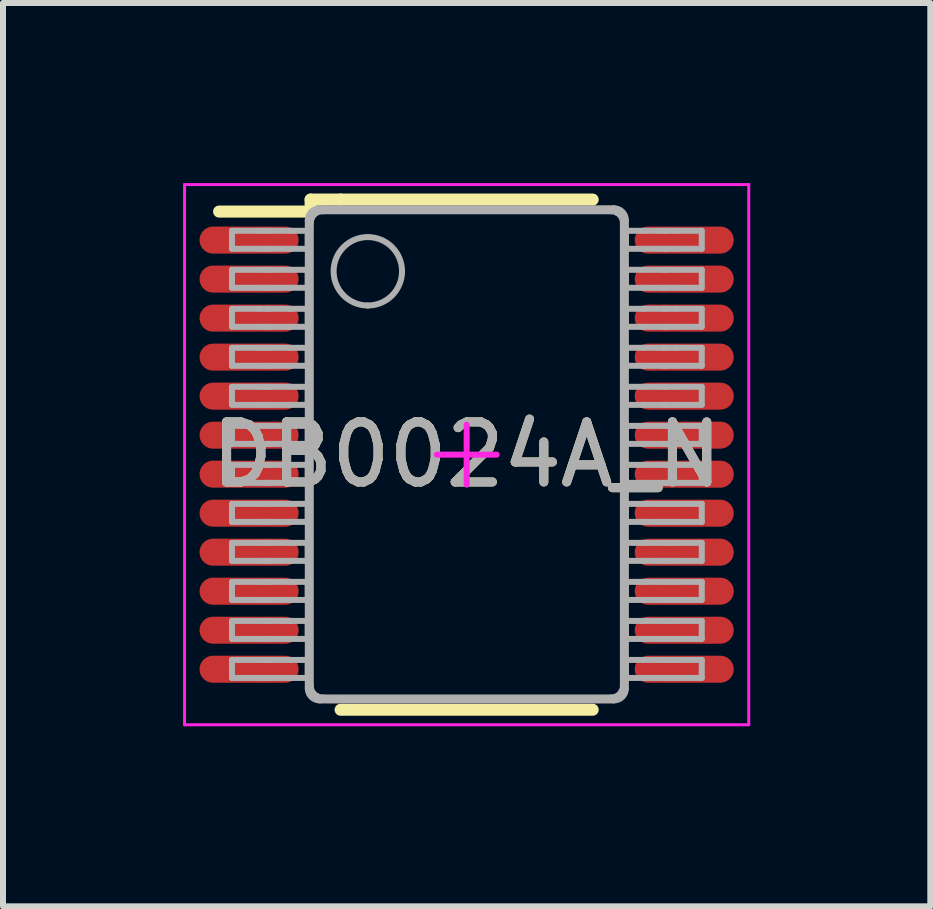
<source format=kicad_pcb>
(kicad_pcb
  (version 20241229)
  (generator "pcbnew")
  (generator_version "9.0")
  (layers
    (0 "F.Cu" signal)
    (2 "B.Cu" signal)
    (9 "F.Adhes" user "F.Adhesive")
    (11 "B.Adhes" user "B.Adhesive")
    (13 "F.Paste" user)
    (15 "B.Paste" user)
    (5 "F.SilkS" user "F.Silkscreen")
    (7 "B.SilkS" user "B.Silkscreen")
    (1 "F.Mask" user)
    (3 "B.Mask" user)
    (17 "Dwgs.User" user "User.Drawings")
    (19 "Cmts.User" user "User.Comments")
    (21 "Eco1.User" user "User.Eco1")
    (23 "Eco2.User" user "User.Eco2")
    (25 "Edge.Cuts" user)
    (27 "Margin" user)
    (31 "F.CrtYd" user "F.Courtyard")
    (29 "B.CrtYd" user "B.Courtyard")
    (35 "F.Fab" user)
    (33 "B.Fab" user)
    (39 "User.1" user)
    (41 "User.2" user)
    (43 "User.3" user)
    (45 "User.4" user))
  (footprint "DB0024A_N"
    (layer "F.Cu")
    (at 4.725 4.525)
    (property "Reference" "DB0024A_N" (at 0 0 0) (unlocked yes) (layer "F.SilkS") (effects (font (size 1 1) (thickness 0.15))))
    (attr smd)
    (fp_line (start -4.125 -4.05) (end -2.6 -4.05) (stroke (width 0.2) (type solid)) (layer "F.SilkS"))
    (fp_line (start -2.6 -4.25) (end -2.1 -4.25) (stroke (width 0.2) (type solid)) (layer "F.SilkS"))
    (fp_line (start -2.6 -4.05) (end -2.6 -4.25) (stroke (width 0.2) (type solid)) (layer "F.SilkS"))
    (fp_line (start -2.1 -4.25) (end 2.1 -4.25) (stroke (width 0.2) (type solid)) (layer "F.SilkS"))
    (fp_line (start -2.1 4.25) (end 2.1 4.25) (stroke (width 0.2) (type solid)) (layer "F.SilkS"))
    (fp_line (start -4.7 -4.5) (end 4.7 -4.5) (stroke (width 0.05) (type solid)) (layer "F.CrtYd"))
    (fp_line (start -4.7 4.5) (end -4.7 -4.5) (stroke (width 0.05) (type solid)) (layer "F.CrtYd"))
    (fp_line (start -4.7 4.5) (end 4.7 4.5) (stroke (width 0.05) (type solid)) (layer "F.CrtYd"))
    (fp_line (start -0.5 0) (end 0.5 0) (stroke (width 0.1) (type solid)) (layer "F.CrtYd"))
    (fp_line (start -0.000003 0.5) (end -0.000003 -0.5) (stroke (width 0.1) (type solid)) (layer "F.CrtYd"))
    (fp_line (start 4.7 4.5) (end 4.7 -4.5) (stroke (width 0.05) (type solid)) (layer "F.CrtYd"))
    (fp_line (start -3.91 -3.73) (end -3.464 -3.73) (stroke (width 0.1) (type solid)) (layer "F.Fab"))
    (fp_line (start -3.91 -3.43) (end -3.91 -3.73) (stroke (width 0.1) (type solid)) (layer "F.Fab"))
    (fp_line (start -3.91 -3.43) (end -3.464 -3.43) (stroke (width 0.1) (type solid)) (layer "F.Fab"))
    (fp_line (start -3.91 -3.08) (end -3.464 -3.08) (stroke (width 0.1) (type solid)) (layer "F.Fab"))
    (fp_line (start -3.91 -2.78) (end -3.91 -3.08) (stroke (width 0.1) (type solid)) (layer "F.Fab"))
    (fp_line (start -3.91 -2.78) (end -3.464 -2.78) (stroke (width 0.1) (type solid)) (layer "F.Fab"))
    (fp_line (start -3.91 -2.43) (end -3.464 -2.43) (stroke (width 0.1) (type solid)) (layer "F.Fab"))
    (fp_line (start -3.91 -2.13) (end -3.91 -2.43) (stroke (width 0.1) (type solid)) (layer "F.Fab"))
    (fp_line (start -3.91 -2.13) (end -3.464 -2.13) (stroke (width 0.1) (type solid)) (layer "F.Fab"))
    (fp_line (start -3.91 -1.78) (end -3.464 -1.78) (stroke (width 0.1) (type solid)) (layer "F.Fab"))
    (fp_line (start -3.91 -1.48) (end -3.91 -1.78) (stroke (width 0.1) (type solid)) (layer "F.Fab"))
    (fp_line (start -3.91 -1.48) (end -3.464 -1.48) (stroke (width 0.1) (type solid)) (layer "F.Fab"))
    (fp_line (start -3.91 -1.13) (end -3.464 -1.13) (stroke (width 0.1) (type solid)) (layer "F.Fab"))
    (fp_line (start -3.91 -0.83) (end -3.91 -1.13) (stroke (width 0.1) (type solid)) (layer "F.Fab"))
    (fp_line (start -3.91 -0.83) (end -3.464 -0.83) (stroke (width 0.1) (type solid)) (layer "F.Fab"))
    (fp_line (start -3.91 -0.48) (end -3.464 -0.48) (stroke (width 0.1) (type solid)) (layer "F.Fab"))
    (fp_line (start -3.91 -0.18) (end -3.91 -0.48) (stroke (width 0.1) (type solid)) (layer "F.Fab"))
    (fp_line (start -3.91 -0.18) (end -3.464 -0.18) (stroke (width 0.1) (type solid)) (layer "F.Fab"))
    (fp_line (start -3.91 0.17) (end -3.464 0.17) (stroke (width 0.1) (type solid)) (layer "F.Fab"))
    (fp_line (start -3.91 0.47) (end -3.91 0.17) (stroke (width 0.1) (type solid)) (layer "F.Fab"))
    (fp_line (start -3.91 0.47) (end -3.464 0.47) (stroke (width 0.1) (type solid)) (layer "F.Fab"))
    (fp_line (start -3.91 0.82) (end -3.464 0.82) (stroke (width 0.1) (type solid)) (layer "F.Fab"))
    (fp_line (start -3.91 1.12) (end -3.91 0.82) (stroke (width 0.1) (type solid)) (layer "F.Fab"))
    (fp_line (start -3.91 1.12) (end -3.464 1.12) (stroke (width 0.1) (type solid)) (layer "F.Fab"))
    (fp_line (start -3.91 1.47) (end -3.464 1.47) (stroke (width 0.1) (type solid)) (layer "F.Fab"))
    (fp_line (start -3.91 1.77) (end -3.91 1.47) (stroke (width 0.1) (type solid)) (layer "F.Fab"))
    (fp_line (start -3.91 1.77) (end -3.464 1.77) (stroke (width 0.1) (type solid)) (layer "F.Fab"))
    (fp_line (start -3.91 2.12) (end -3.464 2.12) (stroke (width 0.1) (type solid)) (layer "F.Fab"))
    (fp_line (start -3.91 2.42) (end -3.91 2.12) (stroke (width 0.1) (type solid)) (layer "F.Fab"))
    (fp_line (start -3.91 2.42) (end -3.464 2.42) (stroke (width 0.1) (type solid)) (layer "F.Fab"))
    (fp_line (start -3.91 2.77) (end -3.464 2.77) (stroke (width 0.1) (type solid)) (layer "F.Fab"))
    (fp_line (start -3.91 3.07) (end -3.91 2.77) (stroke (width 0.1) (type solid)) (layer "F.Fab"))
    (fp_line (start -3.91 3.07) (end -3.464 3.07) (stroke (width 0.1) (type solid)) (layer "F.Fab"))
    (fp_line (start -3.91 3.42) (end -3.464 3.42) (stroke (width 0.1) (type solid)) (layer "F.Fab"))
    (fp_line (start -3.91 3.72) (end -3.91 3.42) (stroke (width 0.1) (type solid)) (layer "F.Fab"))
    (fp_line (start -3.91 3.72) (end -3.464 3.72) (stroke (width 0.1) (type solid)) (layer "F.Fab"))
    (fp_line (start -3.464 -3.73) (end -3.326 -3.73) (stroke (width 0.1) (type solid)) (layer "F.Fab"))
    (fp_line (start -3.464 -3.43) (end -3.326 -3.43) (stroke (width 0.1) (type solid)) (layer "F.Fab"))
    (fp_line (start -3.464 -3.08) (end -3.326 -3.08) (stroke (width 0.1) (type solid)) (layer "F.Fab"))
    (fp_line (start -3.464 -2.78) (end -3.326 -2.78) (stroke (width 0.1) (type solid)) (layer "F.Fab"))
    (fp_line (start -3.464 -2.43) (end -3.326 -2.43) (stroke (width 0.1) (type solid)) (layer "F.Fab"))
    (fp_line (start -3.464 -2.13) (end -3.326 -2.13) (stroke (width 0.1) (type solid)) (layer "F.Fab"))
    (fp_line (start -3.464 -1.78) (end -3.326 -1.78) (stroke (width 0.1) (type solid)) (layer "F.Fab"))
    (fp_line (start -3.464 -1.48) (end -3.326 -1.48) (stroke (width 0.1) (type solid)) (layer "F.Fab"))
    (fp_line (start -3.464 -1.13) (end -3.326 -1.13) (stroke (width 0.1) (type solid)) (layer "F.Fab"))
    (fp_line (start -3.464 -0.83) (end -3.326 -0.83) (stroke (width 0.1) (type solid)) (layer "F.Fab"))
    (fp_line (start -3.464 -0.48) (end -3.326 -0.48) (stroke (width 0.1) (type solid)) (layer "F.Fab"))
    (fp_line (start -3.464 -0.18) (end -3.326 -0.18) (stroke (width 0.1) (type solid)) (layer "F.Fab"))
    (fp_line (start -3.464 0.17) (end -3.326 0.17) (stroke (width 0.1) (type solid)) (layer "F.Fab"))
    (fp_line (start -3.464 0.47) (end -3.326 0.47) (stroke (width 0.1) (type solid)) (layer "F.Fab"))
    (fp_line (start -3.464 0.82) (end -3.326 0.82) (stroke (width 0.1) (type solid)) (layer "F.Fab"))
    (fp_line (start -3.464 1.12) (end -3.326 1.12) (stroke (width 0.1) (type solid)) (layer "F.Fab"))
    (fp_line (start -3.464 1.47) (end -3.326 1.47) (stroke (width 0.1) (type solid)) (layer "F.Fab"))
    (fp_line (start -3.464 1.77) (end -3.326 1.77) (stroke (width 0.1) (type solid)) (layer "F.Fab"))
    (fp_line (start -3.464 2.12) (end -3.326 2.12) (stroke (width 0.1) (type solid)) (layer "F.Fab"))
    (fp_line (start -3.464 2.42) (end -3.326 2.42) (stroke (width 0.1) (type solid)) (layer "F.Fab"))
    (fp_line (start -3.464 2.77) (end -3.326 2.77) (stroke (width 0.1) (type solid)) (layer "F.Fab"))
    (fp_line (start -3.464 3.07) (end -3.326 3.07) (stroke (width 0.1) (type solid)) (layer "F.Fab"))
    (fp_line (start -3.464 3.42) (end -3.326 3.42) (stroke (width 0.1) (type solid)) (layer "F.Fab"))
    (fp_line (start -3.464 3.72) (end -3.326 3.72) (stroke (width 0.1) (type solid)) (layer "F.Fab"))
    (fp_line (start -3.326 -3.73) (end -3.272 -3.73) (stroke (width 0.1) (type solid)) (layer "F.Fab"))
    (fp_line (start -3.326 -3.43) (end -3.272 -3.43) (stroke (width 0.1) (type solid)) (layer "F.Fab"))
    (fp_line (start -3.326 -3.08) (end -3.272 -3.08) (stroke (width 0.1) (type solid)) (layer "F.Fab"))
    (fp_line (start -3.326 -2.78) (end -3.272 -2.78) (stroke (width 0.1) (type solid)) (layer "F.Fab"))
    (fp_line (start -3.326 -2.43) (end -3.272 -2.43) (stroke (width 0.1) (type solid)) (layer "F.Fab"))
    (fp_line (start -3.326 -2.13) (end -3.272 -2.13) (stroke (width 0.1) (type solid)) (layer "F.Fab"))
    (fp_line (start -3.326 -1.78) (end -3.272 -1.78) (stroke (width 0.1) (type solid)) (layer "F.Fab"))
    (fp_line (start -3.326 -1.48) (end -3.272 -1.48) (stroke (width 0.1) (type solid)) (layer "F.Fab"))
    (fp_line (start -3.326 -1.13) (end -3.272 -1.13) (stroke (width 0.1) (type solid)) (layer "F.Fab"))
    (fp_line (start -3.326 -0.83) (end -3.272 -0.83) (stroke (width 0.1) (type solid)) (layer "F.Fab"))
    (fp_line (start -3.326 -0.48) (end -3.272 -0.48) (stroke (width 0.1) (type solid)) (layer "F.Fab"))
    (fp_line (start -3.326 -0.18) (end -3.272 -0.18) (stroke (width 0.1) (type solid)) (layer "F.Fab"))
    (fp_line (start -3.326 0.17) (end -3.272 0.17) (stroke (width 0.1) (type solid)) (layer "F.Fab"))
    (fp_line (start -3.326 0.47) (end -3.272 0.47) (stroke (width 0.1) (type solid)) (layer "F.Fab"))
    (fp_line (start -3.326 0.82) (end -3.272 0.82) (stroke (width 0.1) (type solid)) (layer "F.Fab"))
    (fp_line (start -3.326 1.12) (end -3.272 1.12) (stroke (width 0.1) (type solid)) (layer "F.Fab"))
    (fp_line (start -3.326 1.47) (end -3.272 1.47) (stroke (width 0.1) (type solid)) (layer "F.Fab"))
    (fp_line (start -3.326 1.77) (end -3.272 1.77) (stroke (width 0.1) (type solid)) (layer "F.Fab"))
    (fp_line (start -3.326 2.12) (end -3.272 2.12) (stroke (width 0.1) (type solid)) (layer "F.Fab"))
    (fp_line (start -3.326 2.42) (end -3.272 2.42) (stroke (width 0.1) (type solid)) (layer "F.Fab"))
    (fp_line (start -3.326 2.77) (end -3.272 2.77) (stroke (width 0.1) (type solid)) (layer "F.Fab"))
    (fp_line (start -3.326 3.07) (end -3.272 3.07) (stroke (width 0.1) (type solid)) (layer "F.Fab"))
    (fp_line (start -3.326 3.42) (end -3.272 3.42) (stroke (width 0.1) (type solid)) (layer "F.Fab"))
    (fp_line (start -3.326 3.72) (end -3.272 3.72) (stroke (width 0.1) (type solid)) (layer "F.Fab"))
    (fp_line (start -3.272 -3.73) (end -2.934 -3.73) (stroke (width 0.1) (type solid)) (layer "F.Fab"))
    (fp_line (start -3.272 -3.43) (end -2.934 -3.43) (stroke (width 0.1) (type solid)) (layer "F.Fab"))
    (fp_line (start -3.272 -3.08) (end -2.934 -3.08) (stroke (width 0.1) (type solid)) (layer "F.Fab"))
    (fp_line (start -3.272 -2.78) (end -2.934 -2.78) (stroke (width 0.1) (type solid)) (layer "F.Fab"))
    (fp_line (start -3.272 -2.43) (end -2.934 -2.43) (stroke (width 0.1) (type solid)) (layer "F.Fab"))
    (fp_line (start -3.272 -2.13) (end -2.934 -2.13) (stroke (width 0.1) (type solid)) (layer "F.Fab"))
    (fp_line (start -3.272 -1.78) (end -2.934 -1.78) (stroke (width 0.1) (type solid)) (layer "F.Fab"))
    (fp_line (start -3.272 -1.48) (end -2.934 -1.48) (stroke (width 0.1) (type solid)) (layer "F.Fab"))
    (fp_line (start -3.272 -1.13) (end -2.934 -1.13) (stroke (width 0.1) (type solid)) (layer "F.Fab"))
    (fp_line (start -3.272 -0.83) (end -2.934 -0.83) (stroke (width 0.1) (type solid)) (layer "F.Fab"))
    (fp_line (start -3.272 -0.48) (end -2.934 -0.48) (stroke (width 0.1) (type solid)) (layer "F.Fab"))
    (fp_line (start -3.272 -0.18) (end -2.934 -0.18) (stroke (width 0.1) (type solid)) (layer "F.Fab"))
    (fp_line (start -3.272 0.17) (end -2.934 0.17) (stroke (width 0.1) (type solid)) (layer "F.Fab"))
    (fp_line (start -3.272 0.47) (end -2.934 0.47) (stroke (width 0.1) (type solid)) (layer "F.Fab"))
    (fp_line (start -3.272 0.82) (end -2.934 0.82) (stroke (width 0.1) (type solid)) (layer "F.Fab"))
    (fp_line (start -3.272 1.12) (end -2.934 1.12) (stroke (width 0.1) (type solid)) (layer "F.Fab"))
    (fp_line (start -3.272 1.47) (end -2.934 1.47) (stroke (width 0.1) (type solid)) (layer "F.Fab"))
    (fp_line (start -3.272 1.77) (end -2.934 1.77) (stroke (width 0.1) (type solid)) (layer "F.Fab"))
    (fp_line (start -3.272 2.12) (end -2.934 2.12) (stroke (width 0.1) (type solid)) (layer "F.Fab"))
    (fp_line (start -3.272 2.42) (end -2.934 2.42) (stroke (width 0.1) (type solid)) (layer "F.Fab"))
    (fp_line (start -3.272 2.77) (end -2.934 2.77) (stroke (width 0.1) (type solid)) (layer "F.Fab"))
    (fp_line (start -3.272 3.07) (end -2.934 3.07) (stroke (width 0.1) (type solid)) (layer "F.Fab"))
    (fp_line (start -3.272 3.42) (end -2.934 3.42) (stroke (width 0.1) (type solid)) (layer "F.Fab"))
    (fp_line (start -3.272 3.72) (end -2.934 3.72) (stroke (width 0.1) (type solid)) (layer "F.Fab"))
    (fp_line (start -2.934 -3.73) (end -2.647 -3.73) (stroke (width 0.1) (type solid)) (layer "F.Fab"))
    (fp_line (start -2.934 -3.43) (end -2.647 -3.43) (stroke (width 0.1) (type solid)) (layer "F.Fab"))
    (fp_line (start -2.934 -3.08) (end -2.647 -3.08) (stroke (width 0.1) (type solid)) (layer "F.Fab"))
    (fp_line (start -2.934 -2.78) (end -2.647 -2.78) (stroke (width 0.1) (type solid)) (layer "F.Fab"))
    (fp_line (start -2.934 -2.43) (end -2.647 -2.43) (stroke (width 0.1) (type solid)) (layer "F.Fab"))
    (fp_line (start -2.934 -2.13) (end -2.647 -2.13) (stroke (width 0.1) (type solid)) (layer "F.Fab"))
    (fp_line (start -2.934 -1.78) (end -2.647 -1.78) (stroke (width 0.1) (type solid)) (layer "F.Fab"))
    (fp_line (start -2.934 -1.48) (end -2.647 -1.48) (stroke (width 0.1) (type solid)) (layer "F.Fab"))
    (fp_line (start -2.934 -1.13) (end -2.647 -1.13) (stroke (width 0.1) (type solid)) (layer "F.Fab"))
    (fp_line (start -2.934 -0.83) (end -2.647 -0.83) (stroke (width 0.1) (type solid)) (layer "F.Fab"))
    (fp_line (start -2.934 -0.48) (end -2.647 -0.48) (stroke (width 0.1) (type solid)) (layer "F.Fab"))
    (fp_line (start -2.934 -0.18) (end -2.647 -0.18) (stroke (width 0.1) (type solid)) (layer "F.Fab"))
    (fp_line (start -2.934 0.17) (end -2.647 0.17) (stroke (width 0.1) (type solid)) (layer "F.Fab"))
    (fp_line (start -2.934 0.47) (end -2.647 0.47) (stroke (width 0.1) (type solid)) (layer "F.Fab"))
    (fp_line (start -2.934 0.82) (end -2.647 0.82) (stroke (width 0.1) (type solid)) (layer "F.Fab"))
    (fp_line (start -2.934 1.12) (end -2.647 1.12) (stroke (width 0.1) (type solid)) (layer "F.Fab"))
    (fp_line (start -2.934 1.47) (end -2.647 1.47) (stroke (width 0.1) (type solid)) (layer "F.Fab"))
    (fp_line (start -2.934 1.77) (end -2.647 1.77) (stroke (width 0.1) (type solid)) (layer "F.Fab"))
    (fp_line (start -2.934 2.12) (end -2.647 2.12) (stroke (width 0.1) (type solid)) (layer "F.Fab"))
    (fp_line (start -2.934 2.42) (end -2.647 2.42) (stroke (width 0.1) (type solid)) (layer "F.Fab"))
    (fp_line (start -2.934 2.77) (end -2.647 2.77) (stroke (width 0.1) (type solid)) (layer "F.Fab"))
    (fp_line (start -2.934 3.07) (end -2.647 3.07) (stroke (width 0.1) (type solid)) (layer "F.Fab"))
    (fp_line (start -2.934 3.42) (end -2.647 3.42) (stroke (width 0.1) (type solid)) (layer "F.Fab"))
    (fp_line (start -2.934 3.72) (end -2.647 3.72) (stroke (width 0.1) (type solid)) (layer "F.Fab"))
    (fp_line (start -2.647 -3.43) (end -2.647 -3.73) (stroke (width 0.1) (type solid)) (layer "F.Fab"))
    (fp_line (start -2.647 -2.78) (end -2.647 -3.08) (stroke (width 0.1) (type solid)) (layer "F.Fab"))
    (fp_line (start -2.647 -2.13) (end -2.647 -2.43) (stroke (width 0.1) (type solid)) (layer "F.Fab"))
    (fp_line (start -2.647 -1.48) (end -2.647 -1.78) (stroke (width 0.1) (type solid)) (layer "F.Fab"))
    (fp_line (start -2.647 -0.83) (end -2.647 -1.13) (stroke (width 0.1) (type solid)) (layer "F.Fab"))
    (fp_line (start -2.647 -0.18) (end -2.647 -0.48) (stroke (width 0.1) (type solid)) (layer "F.Fab"))
    (fp_line (start -2.647 0.47) (end -2.647 0.17) (stroke (width 0.1) (type solid)) (layer "F.Fab"))
    (fp_line (start -2.647 1.12) (end -2.647 0.82) (stroke (width 0.1) (type solid)) (layer "F.Fab"))
    (fp_line (start -2.647 1.77) (end -2.647 1.47) (stroke (width 0.1) (type solid)) (layer "F.Fab"))
    (fp_line (start -2.647 2.42) (end -2.647 2.12) (stroke (width 0.1) (type solid)) (layer "F.Fab"))
    (fp_line (start -2.647 3.07) (end -2.647 2.77) (stroke (width 0.1) (type solid)) (layer "F.Fab"))
    (fp_line (start -2.647 3.72) (end -2.647 3.42) (stroke (width 0.1) (type solid)) (layer "F.Fab"))
    (fp_line (start -2.647 3.895) (end -2.647 -3.905) (stroke (width 0.1) (type solid)) (layer "F.Fab"))
    (fp_line (start -2.597 3.849) (end -2.597 -3.859) (stroke (width 0.1) (type solid)) (layer "F.Fab"))
    (fp_line (start -2.447 -4.105) (end 2.453 -4.105) (stroke (width 0.1) (type solid)) (layer "F.Fab"))
    (fp_line (start -2.447 4.095) (end 2.453 4.095) (stroke (width 0.1) (type solid)) (layer "F.Fab"))
    (fp_line (start -2.401 -4.055) (end 2.408 -4.055) (stroke (width 0.1) (type solid)) (layer "F.Fab"))
    (fp_line (start -2.401 4.045) (end 2.408 4.045) (stroke (width 0.1) (type solid)) (layer "F.Fab"))
    (fp_line (start 2.603 3.849) (end 2.603 -3.859) (stroke (width 0.1) (type solid)) (layer "F.Fab"))
    (fp_line (start 2.653 -3.73) (end 2.941 -3.73) (stroke (width 0.1) (type solid)) (layer "F.Fab"))
    (fp_line (start 2.653 -3.43) (end 2.653 -3.73) (stroke (width 0.1) (type solid)) (layer "F.Fab"))
    (fp_line (start 2.653 -3.43) (end 2.941 -3.43) (stroke (width 0.1) (type solid)) (layer "F.Fab"))
    (fp_line (start 2.653 -3.08) (end 2.941 -3.08) (stroke (width 0.1) (type solid)) (layer "F.Fab"))
    (fp_line (start 2.653 -2.78) (end 2.653 -3.08) (stroke (width 0.1) (type solid)) (layer "F.Fab"))
    (fp_line (start 2.653 -2.78) (end 2.941 -2.78) (stroke (width 0.1) (type solid)) (layer "F.Fab"))
    (fp_line (start 2.653 -2.43) (end 2.941 -2.43) (stroke (width 0.1) (type solid)) (layer "F.Fab"))
    (fp_line (start 2.653 -2.13) (end 2.653 -2.43) (stroke (width 0.1) (type solid)) (layer "F.Fab"))
    (fp_line (start 2.653 -2.13) (end 2.941 -2.13) (stroke (width 0.1) (type solid)) (layer "F.Fab"))
    (fp_line (start 2.653 -1.78) (end 2.941 -1.78) (stroke (width 0.1) (type solid)) (layer "F.Fab"))
    (fp_line (start 2.653 -1.48) (end 2.653 -1.78) (stroke (width 0.1) (type solid)) (layer "F.Fab"))
    (fp_line (start 2.653 -1.48) (end 2.941 -1.48) (stroke (width 0.1) (type solid)) (layer "F.Fab"))
    (fp_line (start 2.653 -1.13) (end 2.941 -1.13) (stroke (width 0.1) (type solid)) (layer "F.Fab"))
    (fp_line (start 2.653 -0.83) (end 2.653 -1.13) (stroke (width 0.1) (type solid)) (layer "F.Fab"))
    (fp_line (start 2.653 -0.83) (end 2.941 -0.83) (stroke (width 0.1) (type solid)) (layer "F.Fab"))
    (fp_line (start 2.653 -0.48) (end 2.941 -0.48) (stroke (width 0.1) (type solid)) (layer "F.Fab"))
    (fp_line (start 2.653 -0.18) (end 2.653 -0.48) (stroke (width 0.1) (type solid)) (layer "F.Fab"))
    (fp_line (start 2.653 -0.18) (end 2.941 -0.18) (stroke (width 0.1) (type solid)) (layer "F.Fab"))
    (fp_line (start 2.653 0.17) (end 2.941 0.17) (stroke (width 0.1) (type solid)) (layer "F.Fab"))
    (fp_line (start 2.653 0.47) (end 2.653 0.17) (stroke (width 0.1) (type solid)) (layer "F.Fab"))
    (fp_line (start 2.653 0.47) (end 2.941 0.47) (stroke (width 0.1) (type solid)) (layer "F.Fab"))
    (fp_line (start 2.653 0.82) (end 2.941 0.82) (stroke (width 0.1) (type solid)) (layer "F.Fab"))
    (fp_line (start 2.653 1.12) (end 2.653 0.82) (stroke (width 0.1) (type solid)) (layer "F.Fab"))
    (fp_line (start 2.653 1.12) (end 2.941 1.12) (stroke (width 0.1) (type solid)) (layer "F.Fab"))
    (fp_line (start 2.653 1.47) (end 2.941 1.47) (stroke (width 0.1) (type solid)) (layer "F.Fab"))
    (fp_line (start 2.653 1.77) (end 2.653 1.47) (stroke (width 0.1) (type solid)) (layer "F.Fab"))
    (fp_line (start 2.653 1.77) (end 2.941 1.77) (stroke (width 0.1) (type solid)) (layer "F.Fab"))
    (fp_line (start 2.653 2.12) (end 2.941 2.12) (stroke (width 0.1) (type solid)) (layer "F.Fab"))
    (fp_line (start 2.653 2.42) (end 2.653 2.12) (stroke (width 0.1) (type solid)) (layer "F.Fab"))
    (fp_line (start 2.653 2.42) (end 2.941 2.42) (stroke (width 0.1) (type solid)) (layer "F.Fab"))
    (fp_line (start 2.653 2.77) (end 2.941 2.77) (stroke (width 0.1) (type solid)) (layer "F.Fab"))
    (fp_line (start 2.653 3.07) (end 2.653 2.77) (stroke (width 0.1) (type solid)) (layer "F.Fab"))
    (fp_line (start 2.653 3.07) (end 2.941 3.07) (stroke (width 0.1) (type solid)) (layer "F.Fab"))
    (fp_line (start 2.653 3.42) (end 2.941 3.42) (stroke (width 0.1) (type solid)) (layer "F.Fab"))
    (fp_line (start 2.653 3.72) (end 2.653 3.42) (stroke (width 0.1) (type solid)) (layer "F.Fab"))
    (fp_line (start 2.653 3.72) (end 2.941 3.72) (stroke (width 0.1) (type solid)) (layer "F.Fab"))
    (fp_line (start 2.653 3.895) (end 2.653 -3.905) (stroke (width 0.1) (type solid)) (layer "F.Fab"))
    (fp_line (start 2.941 -3.73) (end 3.278 -3.73) (stroke (width 0.1) (type solid)) (layer "F.Fab"))
    (fp_line (start 2.941 -3.43) (end 3.278 -3.43) (stroke (width 0.1) (type solid)) (layer "F.Fab"))
    (fp_line (start 2.941 -3.08) (end 3.278 -3.08) (stroke (width 0.1) (type solid)) (layer "F.Fab"))
    (fp_line (start 2.941 -2.78) (end 3.278 -2.78) (stroke (width 0.1) (type solid)) (layer "F.Fab"))
    (fp_line (start 2.941 -2.43) (end 3.278 -2.43) (stroke (width 0.1) (type solid)) (layer "F.Fab"))
    (fp_line (start 2.941 -2.13) (end 3.278 -2.13) (stroke (width 0.1) (type solid)) (layer "F.Fab"))
    (fp_line (start 2.941 -1.78) (end 3.278 -1.78) (stroke (width 0.1) (type solid)) (layer "F.Fab"))
    (fp_line (start 2.941 -1.48) (end 3.278 -1.48) (stroke (width 0.1) (type solid)) (layer "F.Fab"))
    (fp_line (start 2.941 -1.13) (end 3.278 -1.13) (stroke (width 0.1) (type solid)) (layer "F.Fab"))
    (fp_line (start 2.941 -0.83) (end 3.278 -0.83) (stroke (width 0.1) (type solid)) (layer "F.Fab"))
    (fp_line (start 2.941 -0.48) (end 3.278 -0.48) (stroke (width 0.1) (type solid)) (layer "F.Fab"))
    (fp_line (start 2.941 -0.18) (end 3.278 -0.18) (stroke (width 0.1) (type solid)) (layer "F.Fab"))
    (fp_line (start 2.941 0.17) (end 3.278 0.17) (stroke (width 0.1) (type solid)) (layer "F.Fab"))
    (fp_line (start 2.941 0.47) (end 3.278 0.47) (stroke (width 0.1) (type solid)) (layer "F.Fab"))
    (fp_line (start 2.941 0.82) (end 3.278 0.82) (stroke (width 0.1) (type solid)) (layer "F.Fab"))
    (fp_line (start 2.941 1.12) (end 3.278 1.12) (stroke (width 0.1) (type solid)) (layer "F.Fab"))
    (fp_line (start 2.941 1.47) (end 3.278 1.47) (stroke (width 0.1) (type solid)) (layer "F.Fab"))
    (fp_line (start 2.941 1.77) (end 3.278 1.77) (stroke (width 0.1) (type solid)) (layer "F.Fab"))
    (fp_line (start 2.941 2.12) (end 3.278 2.12) (stroke (width 0.1) (type solid)) (layer "F.Fab"))
    (fp_line (start 2.941 2.42) (end 3.278 2.42) (stroke (width 0.1) (type solid)) (layer "F.Fab"))
    (fp_line (start 2.941 2.77) (end 3.278 2.77) (stroke (width 0.1) (type solid)) (layer "F.Fab"))
    (fp_line (start 2.941 3.07) (end 3.278 3.07) (stroke (width 0.1) (type solid)) (layer "F.Fab"))
    (fp_line (start 2.941 3.42) (end 3.278 3.42) (stroke (width 0.1) (type solid)) (layer "F.Fab"))
    (fp_line (start 2.941 3.72) (end 3.278 3.72) (stroke (width 0.1) (type solid)) (layer "F.Fab"))
    (fp_line (start 3.278 -3.73) (end 3.332 -3.73) (stroke (width 0.1) (type solid)) (layer "F.Fab"))
    (fp_line (start 3.278 -3.43) (end 3.332 -3.43) (stroke (width 0.1) (type solid)) (layer "F.Fab"))
    (fp_line (start 3.278 -3.08) (end 3.332 -3.08) (stroke (width 0.1) (type solid)) (layer "F.Fab"))
    (fp_line (start 3.278 -2.78) (end 3.332 -2.78) (stroke (width 0.1) (type solid)) (layer "F.Fab"))
    (fp_line (start 3.278 -2.43) (end 3.332 -2.43) (stroke (width 0.1) (type solid)) (layer "F.Fab"))
    (fp_line (start 3.278 -2.13) (end 3.332 -2.13) (stroke (width 0.1) (type solid)) (layer "F.Fab"))
    (fp_line (start 3.278 -1.78) (end 3.332 -1.78) (stroke (width 0.1) (type solid)) (layer "F.Fab"))
    (fp_line (start 3.278 -1.48) (end 3.332 -1.48) (stroke (width 0.1) (type solid)) (layer "F.Fab"))
    (fp_line (start 3.278 -1.13) (end 3.332 -1.13) (stroke (width 0.1) (type solid)) (layer "F.Fab"))
    (fp_line (start 3.278 -0.83) (end 3.332 -0.83) (stroke (width 0.1) (type solid)) (layer "F.Fab"))
    (fp_line (start 3.278 -0.48) (end 3.332 -0.48) (stroke (width 0.1) (type solid)) (layer "F.Fab"))
    (fp_line (start 3.278 -0.18) (end 3.332 -0.18) (stroke (width 0.1) (type solid)) (layer "F.Fab"))
    (fp_line (start 3.278 0.17) (end 3.332 0.17) (stroke (width 0.1) (type solid)) (layer "F.Fab"))
    (fp_line (start 3.278 0.47) (end 3.332 0.47) (stroke (width 0.1) (type solid)) (layer "F.Fab"))
    (fp_line (start 3.278 0.82) (end 3.332 0.82) (stroke (width 0.1) (type solid)) (layer "F.Fab"))
    (fp_line (start 3.278 1.12) (end 3.332 1.12) (stroke (width 0.1) (type solid)) (layer "F.Fab"))
    (fp_line (start 3.278 1.47) (end 3.332 1.47) (stroke (width 0.1) (type solid)) (layer "F.Fab"))
    (fp_line (start 3.278 1.77) (end 3.332 1.77) (stroke (width 0.1) (type solid)) (layer "F.Fab"))
    (fp_line (start 3.278 2.12) (end 3.332 2.12) (stroke (width 0.1) (type solid)) (layer "F.Fab"))
    (fp_line (start 3.278 2.42) (end 3.332 2.42) (stroke (width 0.1) (type solid)) (layer "F.Fab"))
    (fp_line (start 3.278 2.77) (end 3.332 2.77) (stroke (width 0.1) (type solid)) (layer "F.Fab"))
    (fp_line (start 3.278 3.07) (end 3.332 3.07) (stroke (width 0.1) (type solid)) (layer "F.Fab"))
    (fp_line (start 3.278 3.42) (end 3.332 3.42) (stroke (width 0.1) (type solid)) (layer "F.Fab"))
    (fp_line (start 3.278 3.72) (end 3.332 3.72) (stroke (width 0.1) (type solid)) (layer "F.Fab"))
    (fp_line (start 3.332 -3.73) (end 3.471 -3.73) (stroke (width 0.1) (type solid)) (layer "F.Fab"))
    (fp_line (start 3.332 -3.43) (end 3.471 -3.43) (stroke (width 0.1) (type solid)) (layer "F.Fab"))
    (fp_line (start 3.332 -3.08) (end 3.471 -3.08) (stroke (width 0.1) (type solid)) (layer "F.Fab"))
    (fp_line (start 3.332 -2.78) (end 3.471 -2.78) (stroke (width 0.1) (type solid)) (layer "F.Fab"))
    (fp_line (start 3.332 -2.43) (end 3.471 -2.43) (stroke (width 0.1) (type solid)) (layer "F.Fab"))
    (fp_line (start 3.332 -2.13) (end 3.471 -2.13) (stroke (width 0.1) (type solid)) (layer "F.Fab"))
    (fp_line (start 3.332 -1.78) (end 3.471 -1.78) (stroke (width 0.1) (type solid)) (layer "F.Fab"))
    (fp_line (start 3.332 -1.48) (end 3.471 -1.48) (stroke (width 0.1) (type solid)) (layer "F.Fab"))
    (fp_line (start 3.332 -1.13) (end 3.471 -1.13) (stroke (width 0.1) (type solid)) (layer "F.Fab"))
    (fp_line (start 3.332 -0.83) (end 3.471 -0.83) (stroke (width 0.1) (type solid)) (layer "F.Fab"))
    (fp_line (start 3.332 -0.48) (end 3.471 -0.48) (stroke (width 0.1) (type solid)) (layer "F.Fab"))
    (fp_line (start 3.332 -0.18) (end 3.471 -0.18) (stroke (width 0.1) (type solid)) (layer "F.Fab"))
    (fp_line (start 3.332 0.17) (end 3.471 0.17) (stroke (width 0.1) (type solid)) (layer "F.Fab"))
    (fp_line (start 3.332 0.47) (end 3.471 0.47) (stroke (width 0.1) (type solid)) (layer "F.Fab"))
    (fp_line (start 3.332 0.82) (end 3.471 0.82) (stroke (width 0.1) (type solid)) (layer "F.Fab"))
    (fp_line (start 3.332 1.12) (end 3.471 1.12) (stroke (width 0.1) (type solid)) (layer "F.Fab"))
    (fp_line (start 3.332 1.47) (end 3.471 1.47) (stroke (width 0.1) (type solid)) (layer "F.Fab"))
    (fp_line (start 3.332 1.77) (end 3.471 1.77) (stroke (width 0.1) (type solid)) (layer "F.Fab"))
    (fp_line (start 3.332 2.12) (end 3.471 2.12) (stroke (width 0.1) (type solid)) (layer "F.Fab"))
    (fp_line (start 3.332 2.42) (end 3.471 2.42) (stroke (width 0.1) (type solid)) (layer "F.Fab"))
    (fp_line (start 3.332 2.77) (end 3.471 2.77) (stroke (width 0.1) (type solid)) (layer "F.Fab"))
    (fp_line (start 3.332 3.07) (end 3.471 3.07) (stroke (width 0.1) (type solid)) (layer "F.Fab"))
    (fp_line (start 3.332 3.42) (end 3.471 3.42) (stroke (width 0.1) (type solid)) (layer "F.Fab"))
    (fp_line (start 3.332 3.72) (end 3.471 3.72) (stroke (width 0.1) (type solid)) (layer "F.Fab"))
    (fp_line (start 3.471 -3.73) (end 3.917 -3.73) (stroke (width 0.1) (type solid)) (layer "F.Fab"))
    (fp_line (start 3.471 -3.43) (end 3.917 -3.43) (stroke (width 0.1) (type solid)) (layer "F.Fab"))
    (fp_line (start 3.471 -3.08) (end 3.917 -3.08) (stroke (width 0.1) (type solid)) (layer "F.Fab"))
    (fp_line (start 3.471 -2.78) (end 3.917 -2.78) (stroke (width 0.1) (type solid)) (layer "F.Fab"))
    (fp_line (start 3.471 -2.43) (end 3.917 -2.43) (stroke (width 0.1) (type solid)) (layer "F.Fab"))
    (fp_line (start 3.471 -2.13) (end 3.917 -2.13) (stroke (width 0.1) (type solid)) (layer "F.Fab"))
    (fp_line (start 3.471 -1.78) (end 3.917 -1.78) (stroke (width 0.1) (type solid)) (layer "F.Fab"))
    (fp_line (start 3.471 -1.48) (end 3.917 -1.48) (stroke (width 0.1) (type solid)) (layer "F.Fab"))
    (fp_line (start 3.471 -1.13) (end 3.917 -1.13) (stroke (width 0.1) (type solid)) (layer "F.Fab"))
    (fp_line (start 3.471 -0.83) (end 3.917 -0.83) (stroke (width 0.1) (type solid)) (layer "F.Fab"))
    (fp_line (start 3.471 -0.48) (end 3.917 -0.48) (stroke (width 0.1) (type solid)) (layer "F.Fab"))
    (fp_line (start 3.471 -0.18) (end 3.917 -0.18) (stroke (width 0.1) (type solid)) (layer "F.Fab"))
    (fp_line (start 3.471 0.17) (end 3.917 0.17) (stroke (width 0.1) (type solid)) (layer "F.Fab"))
    (fp_line (start 3.471 0.47) (end 3.917 0.47) (stroke (width 0.1) (type solid)) (layer "F.Fab"))
    (fp_line (start 3.471 0.82) (end 3.917 0.82) (stroke (width 0.1) (type solid)) (layer "F.Fab"))
    (fp_line (start 3.471 1.12) (end 3.917 1.12) (stroke (width 0.1) (type solid)) (layer "F.Fab"))
    (fp_line (start 3.471 1.47) (end 3.917 1.47) (stroke (width 0.1) (type solid)) (layer "F.Fab"))
    (fp_line (start 3.471 1.77) (end 3.917 1.77) (stroke (width 0.1) (type solid)) (layer "F.Fab"))
    (fp_line (start 3.471 2.12) (end 3.917 2.12) (stroke (width 0.1) (type solid)) (layer "F.Fab"))
    (fp_line (start 3.471 2.42) (end 3.917 2.42) (stroke (width 0.1) (type solid)) (layer "F.Fab"))
    (fp_line (start 3.471 2.77) (end 3.917 2.77) (stroke (width 0.1) (type solid)) (layer "F.Fab"))
    (fp_line (start 3.471 3.07) (end 3.917 3.07) (stroke (width 0.1) (type solid)) (layer "F.Fab"))
    (fp_line (start 3.471 3.42) (end 3.917 3.42) (stroke (width 0.1) (type solid)) (layer "F.Fab"))
    (fp_line (start 3.471 3.72) (end 3.917 3.72) (stroke (width 0.1) (type solid)) (layer "F.Fab"))
    (fp_line (start 3.917 -3.43) (end 3.917 -3.73) (stroke (width 0.1) (type solid)) (layer "F.Fab"))
    (fp_line (start 3.917 -2.78) (end 3.917 -3.08) (stroke (width 0.1) (type solid)) (layer "F.Fab"))
    (fp_line (start 3.917 -2.13) (end 3.917 -2.43) (stroke (width 0.1) (type solid)) (layer "F.Fab"))
    (fp_line (start 3.917 -1.48) (end 3.917 -1.78) (stroke (width 0.1) (type solid)) (layer "F.Fab"))
    (fp_line (start 3.917 -0.83) (end 3.917 -1.13) (stroke (width 0.1) (type solid)) (layer "F.Fab"))
    (fp_line (start 3.917 -0.18) (end 3.917 -0.48) (stroke (width 0.1) (type solid)) (layer "F.Fab"))
    (fp_line (start 3.917 0.47) (end 3.917 0.17) (stroke (width 0.1) (type solid)) (layer "F.Fab"))
    (fp_line (start 3.917 1.12) (end 3.917 0.82) (stroke (width 0.1) (type solid)) (layer "F.Fab"))
    (fp_line (start 3.917 1.77) (end 3.917 1.47) (stroke (width 0.1) (type solid)) (layer "F.Fab"))
    (fp_line (start 3.917 2.42) (end 3.917 2.12) (stroke (width 0.1) (type solid)) (layer "F.Fab"))
    (fp_line (start 3.917 3.07) (end 3.917 2.77) (stroke (width 0.1) (type solid)) (layer "F.Fab"))
    (fp_line (start 3.917 3.72) (end 3.917 3.42) (stroke (width 0.1) (type solid)) (layer "F.Fab"))
    (fp_arc (start -2.646746 -3.905001) (mid -2.588168 -4.046422) (end -2.446746 -4.105001) (stroke (width 0.1) (type solid)) (layer "F.Fab"))
    (fp_arc (start -2.596746 -3.859369) (mid -2.591434 -3.905402) (end -2.575603 -3.948952) (stroke (width 0.1) (type solid)) (layer "F.Fab"))
    (fp_arc (start -2.575602 -3.948953) (mid -2.503469 -4.026837) (end -2.401117 -4.055) (stroke (width 0.1) (type solid)) (layer "F.Fab"))
    (fp_arc (start -2.491219 4.023591) (mid -2.568735 3.951473) (end -2.596746 3.849369) (stroke (width 0.1) (type solid)) (layer "F.Fab"))
    (fp_arc (start -2.446746 4.094998) (mid -2.588168 4.03642) (end -2.646746 3.894999) (stroke (width 0.1) (type solid)) (layer "F.Fab"))
    (fp_arc (start -2.401119 4.045) (mid -2.447434 4.039619) (end -2.49122 4.023592) (stroke (width 0.1) (type solid)) (layer "F.Fab"))
    (fp_arc (start -1.646748 -3.624999) (mid -1.076749 -3.055) (end -1.646748 -2.485001) (stroke (width 0.1) (type solid)) (layer "F.Fab"))
    (fp_arc (start -1.646748 -2.485001) (mid -2.216747 -3.055) (end -1.646748 -3.624999) (stroke (width 0.1) (type solid)) (layer "F.Fab"))
    (fp_arc (start 2.407622 -4.055) (mid 2.453797 -4.049653) (end 2.497466 -4.033724) (stroke (width 0.1) (type solid)) (layer "F.Fab"))
    (fp_arc (start 2.453254 -4.105001) (mid 2.594675 -4.046422) (end 2.653254 -3.905001) (stroke (width 0.1) (type solid)) (layer "F.Fab"))
    (fp_arc (start 2.497468 -4.033726) (mid 2.575168 -3.9616) (end 2.603256 -3.859371) (stroke (width 0.1) (type solid)) (layer "F.Fab"))
    (fp_arc (start 2.581845 3.939473) (mid 2.509726 4.016988) (end 2.407623 4.045) (stroke (width 0.1) (type solid)) (layer "F.Fab"))
    (fp_arc (start 2.603253 3.84937) (mid 2.597872 3.895685) (end 2.581845 3.939472) (stroke (width 0.1) (type solid)) (layer "F.Fab"))
    (fp_arc (start 2.653254 3.894999) (mid 2.594675 4.03642) (end 2.453254 4.094998) (stroke (width 0.1) (type solid)) (layer "F.Fab"))
    (fp_text user "${REFERENCE}" (at 0 0 0) (unlocked yes) (layer "F.Fab") (effects (font (size 1 1) (thickness 0.15))))
    (pad "1" smd oval (at -3.625 -3.575 90) (size 0.45 1.65) (layers "F.Cu" "F.Mask" "F.Paste"))
    (pad "2" smd oval (at -3.625 -2.925 90) (size 0.45 1.65) (layers "F.Cu" "F.Mask" "F.Paste"))
    (pad "3" smd oval (at -3.625 -2.275 90) (size 0.45 1.65) (layers "F.Cu" "F.Mask" "F.Paste"))
    (pad "4" smd oval (at -3.625 -1.625 90) (size 0.45 1.65) (layers "F.Cu" "F.Mask" "F.Paste"))
    (pad "5" smd oval (at -3.625 -0.975 90) (size 0.45 1.65) (layers "F.Cu" "F.Mask" "F.Paste"))
    (pad "6" smd oval (at -3.625 -0.325 90) (size 0.45 1.65) (layers "F.Cu" "F.Mask" "F.Paste"))
    (pad "7" smd oval (at -3.625 0.325 90) (size 0.45 1.65) (layers "F.Cu" "F.Mask" "F.Paste"))
    (pad "8" smd oval (at -3.625 0.975 90) (size 0.45 1.65) (layers "F.Cu" "F.Mask" "F.Paste"))
    (pad "9" smd oval (at -3.625 1.625 90) (size 0.45 1.65) (layers "F.Cu" "F.Mask" "F.Paste"))
    (pad "10" smd oval (at -3.625 2.275 90) (size 0.45 1.65) (layers "F.Cu" "F.Mask" "F.Paste"))
    (pad "11" smd oval (at -3.625 2.925 90) (size 0.45 1.65) (layers "F.Cu" "F.Mask" "F.Paste"))
    (pad "12" smd oval (at -3.625 3.575 90) (size 0.45 1.65) (layers "F.Cu" "F.Mask" "F.Paste"))
    (pad "13" smd oval (at 3.625 3.575 90) (size 0.45 1.65) (layers "F.Cu" "F.Mask" "F.Paste"))
    (pad "14" smd oval (at 3.625 2.925 90) (size 0.45 1.65) (layers "F.Cu" "F.Mask" "F.Paste"))
    (pad "15" smd oval (at 3.625 2.275 90) (size 0.45 1.65) (layers "F.Cu" "F.Mask" "F.Paste"))
    (pad "16" smd oval (at 3.625 1.625 90) (size 0.45 1.65) (layers "F.Cu" "F.Mask" "F.Paste"))
    (pad "17" smd oval (at 3.625 0.975 90) (size 0.45 1.65) (layers "F.Cu" "F.Mask" "F.Paste"))
    (pad "18" smd oval (at 3.625 0.325 90) (size 0.45 1.65) (layers "F.Cu" "F.Mask" "F.Paste"))
    (pad "19" smd oval (at 3.625 -0.325 90) (size 0.45 1.65) (layers "F.Cu" "F.Mask" "F.Paste"))
    (pad "20" smd oval (at 3.625 -0.975 90) (size 0.45 1.65) (layers "F.Cu" "F.Mask" "F.Paste"))
    (pad "21" smd oval (at 3.625 -1.625 90) (size 0.45 1.65) (layers "F.Cu" "F.Mask" "F.Paste"))
    (pad "22" smd oval (at 3.625 -2.275 90) (size 0.45 1.65) (layers "F.Cu" "F.Mask" "F.Paste"))
    (pad "23" smd oval (at 3.625 -2.925 90) (size 0.45 1.65) (layers "F.Cu" "F.Mask" "F.Paste"))
    (pad "24" smd oval (at 3.625 -3.575 90) (size 0.45 1.65) (layers "F.Cu" "F.Mask" "F.Paste")))
  (gr_rect
    (start -3 -3)
    (end 12.45 12.05)
    (stroke (width 0.1) (type default))
    (fill no)
    (layer "Edge.Cuts")))
</source>
